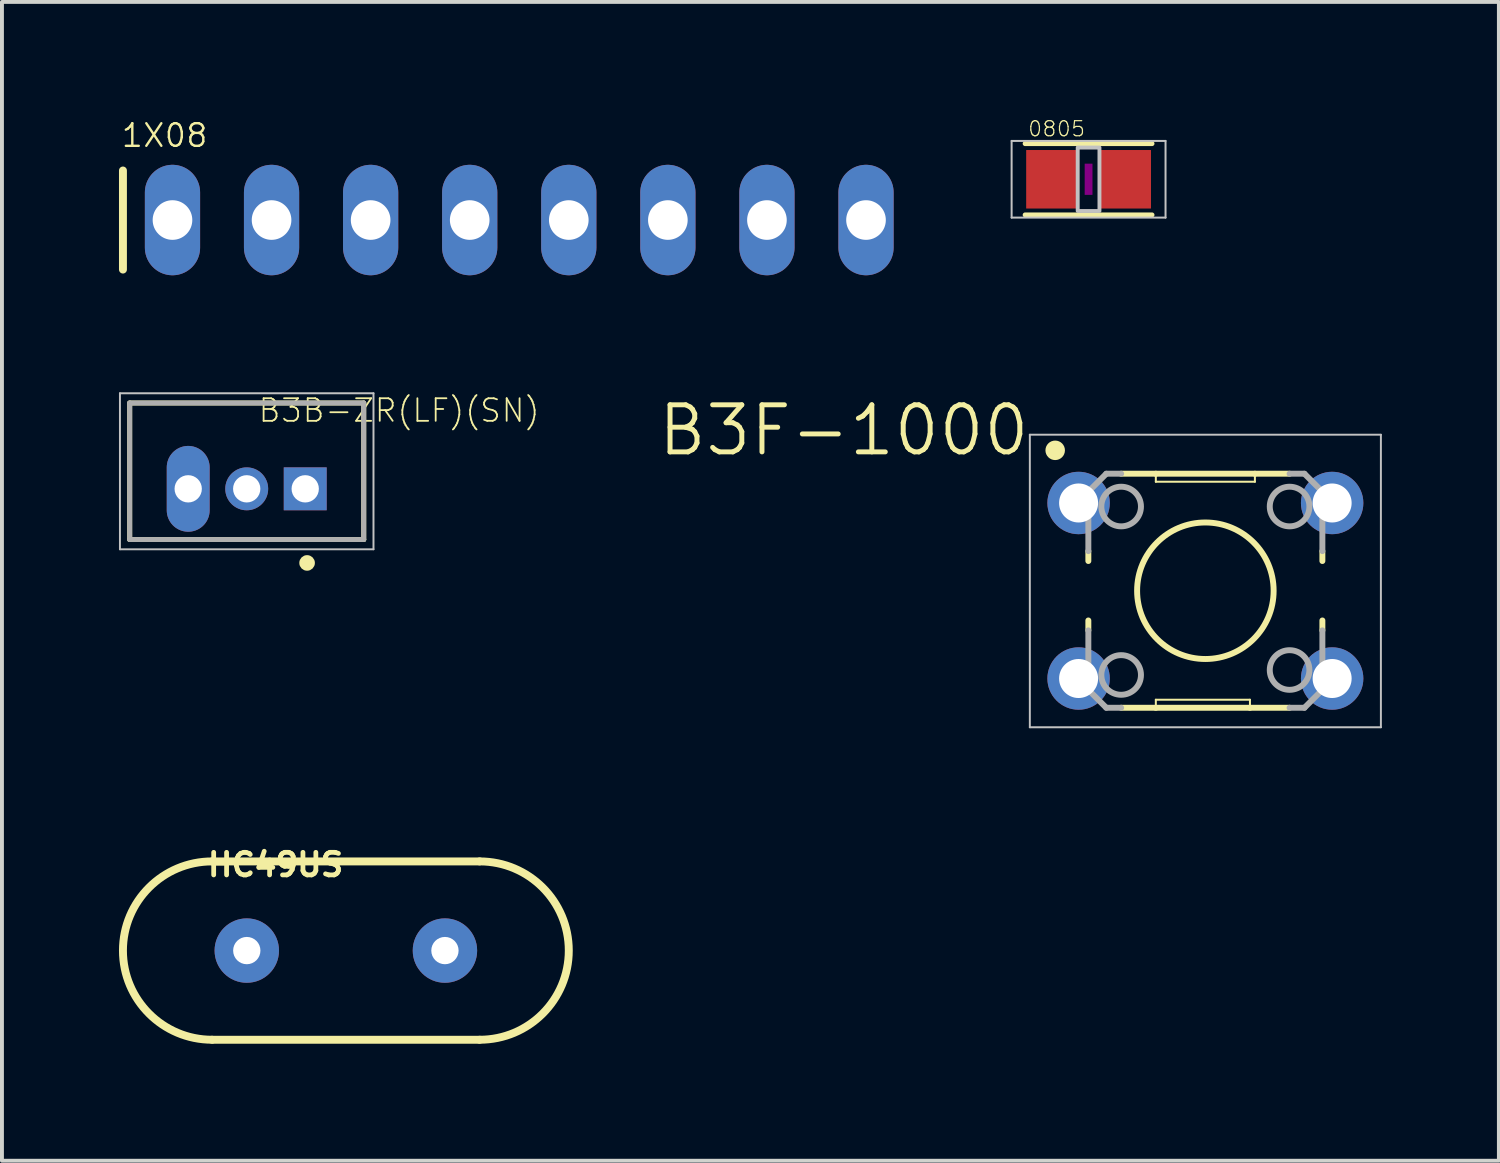
<source format=kicad_pcb>
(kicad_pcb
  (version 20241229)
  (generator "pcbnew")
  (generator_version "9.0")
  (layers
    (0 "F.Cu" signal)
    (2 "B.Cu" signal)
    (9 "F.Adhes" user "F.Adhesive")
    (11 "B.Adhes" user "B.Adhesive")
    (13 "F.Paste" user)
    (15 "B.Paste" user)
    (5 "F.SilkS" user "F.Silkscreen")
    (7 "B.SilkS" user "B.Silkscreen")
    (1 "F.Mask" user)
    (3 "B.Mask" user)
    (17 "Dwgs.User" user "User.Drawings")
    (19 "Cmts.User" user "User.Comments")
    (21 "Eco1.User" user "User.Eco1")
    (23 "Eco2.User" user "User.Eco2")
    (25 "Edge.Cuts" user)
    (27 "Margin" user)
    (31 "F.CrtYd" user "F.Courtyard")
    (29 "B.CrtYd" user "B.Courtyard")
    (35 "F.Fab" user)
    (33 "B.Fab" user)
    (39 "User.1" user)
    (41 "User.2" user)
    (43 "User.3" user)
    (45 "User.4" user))
  (footprint "0805"
    (layer "F.Cu")
    (at 24.858 1.546)
    (property "Reference" "0805" (at -1.575 -1.067 180) (layer "F.SilkS") (effects (font (size 0.386 0.386) (thickness 0.031)) (justify left bottom)))
    (attr through_hole)
    (fp_line (start -1.626 -0.914) (end 1.626 -0.914) (stroke (width 0.127) (type solid)) (layer "F.SilkS"))
    (fp_line (start -1.626 0.914) (end 1.626 0.914) (stroke (width 0.127) (type solid)) (layer "F.SilkS"))
    (fp_poly (pts (xy -0.1 0.4) (xy 0.1 0.4) (xy 0.1 -0.4) (xy -0.1 -0.4)) (stroke (width 0) (type solid)) (fill yes) (layer "F.Adhes"))
    (fp_line (start -1.973 -0.983) (end 1.973 -0.983) (stroke (width 0.051) (type solid)) (layer "Dwgs.User"))
    (fp_line (start -1.973 0.983) (end -1.973 -0.983) (stroke (width 0.051) (type solid)) (layer "Dwgs.User"))
    (fp_line (start 1.973 -0.983) (end 1.973 0.983) (stroke (width 0.051) (type solid)) (layer "Dwgs.User"))
    (fp_line (start 1.973 0.983) (end -1.973 0.983) (stroke (width 0.051) (type solid)) (layer "Dwgs.User"))
    (fp_poly (pts (xy -0.279 0.813) (xy 0.279 0.813) (xy 0.279 -0.813) (xy -0.279 -0.813)) (stroke (width 0.1) (type solid)) (fill no) (layer "Dwgs.User"))
    (pad "1" smd rect (at -0.95 0) (size 1.3 1.5) (layers "F.Cu" "F.Mask" "F.Paste"))
    (pad "2" smd rect (at 0.95 0) (size 1.3 1.5) (layers "F.Cu" "F.Mask" "F.Paste")))
  (footprint "B3F-1000"
    (layer "F.Cu")
    (at 27.852 12.095)
    (property "Reference" "B3F-1000" (at -4.444 -4.818 0) (layer "F.SilkS") (effects (font (size 1.207 1.207) (thickness 0.127)) (justify right top)))
    (attr through_hole)
    (fp_line (start -3 -0.762) (end -3 -1.016) (stroke (width 0.152) (type solid)) (layer "F.SilkS"))
    (fp_line (start -3 0.762) (end -3 1.016) (stroke (width 0.152) (type solid)) (layer "F.SilkS"))
    (fp_line (start -2.159 3) (end -1.27 3) (stroke (width 0.152) (type solid)) (layer "F.SilkS"))
    (fp_line (start -1.27 -3) (end -2.159 -3) (stroke (width 0.152) (type solid)) (layer "F.SilkS"))
    (fp_line (start -1.27 -3) (end -1.27 -2.794) (stroke (width 0.051) (type solid)) (layer "F.SilkS"))
    (fp_line (start -1.27 2.794) (end -1.27 3) (stroke (width 0.051) (type solid)) (layer "F.SilkS"))
    (fp_line (start -1.27 3) (end 1.143 3) (stroke (width 0.152) (type solid)) (layer "F.SilkS"))
    (fp_line (start 1.143 2.794) (end -1.27 2.794) (stroke (width 0.051) (type solid)) (layer "F.SilkS"))
    (fp_line (start 1.143 2.794) (end 1.143 3) (stroke (width 0.051) (type solid)) (layer "F.SilkS"))
    (fp_line (start 1.143 3) (end 2.159 3) (stroke (width 0.152) (type solid)) (layer "F.SilkS"))
    (fp_line (start 1.27 -3) (end -1.27 -3) (stroke (width 0.152) (type solid)) (layer "F.SilkS"))
    (fp_line (start 1.27 -2.794) (end -1.27 -2.794) (stroke (width 0.051) (type solid)) (layer "F.SilkS"))
    (fp_line (start 1.27 -2.794) (end 1.27 -3) (stroke (width 0.051) (type solid)) (layer "F.SilkS"))
    (fp_line (start 2.159 -3) (end 1.27 -3) (stroke (width 0.152) (type solid)) (layer "F.SilkS"))
    (fp_line (start 3 -0.762) (end 3 -1.016) (stroke (width 0.152) (type solid)) (layer "F.SilkS"))
    (fp_line (start 3 0.762) (end 3 1.016) (stroke (width 0.152) (type solid)) (layer "F.SilkS"))
    (fp_circle (center -3.85 -3.6) (end -3.725 -3.6) (stroke (width 0.25) (type solid)) (fill no) (layer "F.SilkS"))
    (fp_circle (center 0 0) (end 1.75 0) (stroke (width 0.152) (type solid)) (fill no) (layer "F.SilkS"))
    (fp_line (start -4.5 -4) (end 4.5 -4) (stroke (width 0.05) (type solid)) (layer "Dwgs.User"))
    (fp_line (start -4.5 3.5) (end -4.5 -4) (stroke (width 0.05) (type solid)) (layer "Dwgs.User"))
    (fp_line (start 4.5 -4) (end 4.5 3.5) (stroke (width 0.05) (type solid)) (layer "Dwgs.User"))
    (fp_line (start 4.5 3.5) (end -4.5 3.5) (stroke (width 0.05) (type solid)) (layer "Dwgs.User"))
    (fp_line (start -3 -2.54) (end -3 -1.016) (stroke (width 0.152) (type solid)) (layer "F.Fab"))
    (fp_line (start -3 2.54) (end -3 1.016) (stroke (width 0.152) (type solid)) (layer "F.Fab"))
    (fp_line (start -2.54 -3) (end -3 -2.54) (stroke (width 0.152) (type solid)) (layer "F.Fab"))
    (fp_line (start -2.54 -3) (end -2.159 -3) (stroke (width 0.152) (type solid)) (layer "F.Fab"))
    (fp_line (start -2.54 3) (end -3 2.54) (stroke (width 0.152) (type solid)) (layer "F.Fab"))
    (fp_line (start -2.54 3) (end -2.159 3) (stroke (width 0.152) (type solid)) (layer "F.Fab"))
    (fp_line (start 2.54 -3) (end 2.159 -3) (stroke (width 0.152) (type solid)) (layer "F.Fab"))
    (fp_line (start 2.54 3) (end 2.159 3) (stroke (width 0.152) (type solid)) (layer "F.Fab"))
    (fp_line (start 2.54 3) (end 3 2.54) (stroke (width 0.152) (type solid)) (layer "F.Fab"))
    (fp_line (start 3 -2.54) (end 2.54 -3) (stroke (width 0.152) (type solid)) (layer "F.Fab"))
    (fp_line (start 3 -1.016) (end 3 -2.54) (stroke (width 0.152) (type solid)) (layer "F.Fab"))
    (fp_line (start 3 2.54) (end 3 1.016) (stroke (width 0.152) (type solid)) (layer "F.Fab"))
    (fp_circle (center -2.159 -2.159) (end -1.651 -2.159) (stroke (width 0.152) (type solid)) (fill no) (layer "F.Fab"))
    (fp_circle (center -2.159 2.159) (end -1.651 2.159) (stroke (width 0.152) (type solid)) (fill no) (layer "F.Fab"))
    (fp_circle (center 2.159 -2.159) (end 2.667 -2.159) (stroke (width 0.152) (type solid)) (fill no) (layer "F.Fab"))
    (fp_circle (center 2.159 2.032) (end 2.667 2.032) (stroke (width 0.152) (type solid)) (fill no) (layer "F.Fab"))
    (pad "1" thru_hole circle (at -3.25 -2.25) (size 1.6 1.6) (drill 1) (layers "*.Cu" "*.Mask"))
    (pad "2" thru_hole circle (at 3.25 -2.25) (size 1.6 1.6) (drill 1) (layers "*.Cu" "*.Mask"))
    (pad "3" thru_hole circle (at -3.25 2.25) (size 1.6 1.6) (drill 1) (layers "*.Cu" "*.Mask"))
    (pad "4" thru_hole circle (at 3.25 2.25) (size 1.6 1.6) (drill 1) (layers "*.Cu" "*.Mask")))
  (footprint "B3B-ZR(LF)(SN)"
    (layer "F.Cu")
    (at 3.275 9.482)
    (property "Reference" "B3B-ZR(LF)(SN)" (at 0.265 -1.67 0) (layer "F.SilkS") (effects (font (size 0.579 0.579) (thickness 0.046)) (justify left bottom)))
    (attr through_hole)
    (fp_line (start -3 -2.2) (end 3 -2.2) (stroke (width 0.127) (type solid)) (layer "F.SilkS"))
    (fp_line (start -3 1.3) (end -3 -2.2) (stroke (width 0.127) (type solid)) (layer "F.SilkS"))
    (fp_line (start 3 -2.2) (end 3 1.3) (stroke (width 0.127) (type solid)) (layer "F.SilkS"))
    (fp_line (start 3 1.3) (end -3 1.3) (stroke (width 0.127) (type solid)) (layer "F.SilkS"))
    (fp_circle (center 1.548 1.9) (end 1.648 1.9) (stroke (width 0.2) (type solid)) (fill no) (layer "F.SilkS"))
    (fp_line (start -3.25 -2.45) (end 3.25 -2.45) (stroke (width 0.05) (type solid)) (layer "Dwgs.User"))
    (fp_line (start -3.25 1.55) (end -3.25 -2.45) (stroke (width 0.05) (type solid)) (layer "Dwgs.User"))
    (fp_line (start 3.25 -2.45) (end 3.25 1.55) (stroke (width 0.05) (type solid)) (layer "Dwgs.User"))
    (fp_line (start 3.25 1.55) (end -3.25 1.55) (stroke (width 0.05) (type solid)) (layer "Dwgs.User"))
    (fp_line (start -3 -2.2) (end 3 -2.2) (stroke (width 0.127) (type solid)) (layer "F.Fab"))
    (fp_line (start -3 1.3) (end -3 -2.2) (stroke (width 0.127) (type solid)) (layer "F.Fab"))
    (fp_line (start 3 -2.2) (end 3 1.3) (stroke (width 0.127) (type solid)) (layer "F.Fab"))
    (fp_line (start 3 1.3) (end -3 1.3) (stroke (width 0.127) (type solid)) (layer "F.Fab"))
    (pad "1" thru_hole rect (at 1.5 0 90) (size 1.1 1.1) (drill 0.7) (layers "*.Cu" "*.Mask"))
    (pad "2" thru_hole circle (at 0 0) (size 1.1 1.1) (drill 0.7) (layers "*.Cu" "*.Mask"))
    (pad "3" thru_hole oval (at -1.5 0 90) (size 2.2 1.1) (drill 0.7) (layers "*.Cu" "*.Mask")))
  (footprint "HC49US"
    (layer "F.Cu")
    (at 5.817 21.32)
    (property "Reference" "HC49US" (at 0 -2.54 0) (layer "F.SilkS") (effects (font (size 0.579 0.579) (thickness 0.122)) (justify right top)))
    (attr through_hole)
    (fp_line (start -3.429 2.286) (end 3.429 2.286) (stroke (width 0.203) (type solid)) (layer "F.SilkS"))
    (fp_line (start 3.429 -2.286) (end -3.429 -2.286) (stroke (width 0.203) (type solid)) (layer "F.SilkS"))
    (fp_arc (start -3.429 2.286) (mid -5.715 0) (end -3.429 -2.286) (stroke (width 0.2032) (type solid)) (layer "F.SilkS"))
    (fp_arc (start 3.429 -2.286) (mid 5.715 0) (end 3.429 2.286) (stroke (width 0.2032) (type solid)) (layer "F.SilkS"))
    (pad "1" thru_hole circle (at -2.54 0 90) (size 1.651 1.651) (drill 0.7) (layers "*.Cu" "*.Mask"))
    (pad "2" thru_hole circle (at 2.54 0 90) (size 1.651 1.651) (drill 0.7) (layers "*.Cu" "*.Mask")))
  (footprint "1X08"
    (layer "F.Cu")
    (at 10.262 2.591)
    (property "Reference" "1X08" (at -10.236 -1.829 0) (layer "F.SilkS") (effects (font (size 0.579 0.579) (thickness 0.061)) (justify left bottom)))
    (attr through_hole)
    (fp_line (start -10.16 -1.27) (end -10.16 1.27) (stroke (width 0.203) (type solid)) (layer "F.SilkS"))
    (fp_poly (pts (xy -9.144 0.254) (xy -8.636 0.254) (xy -8.636 -0.254) (xy -9.144 -0.254)) (stroke (width 0.1) (type solid)) (fill no) (layer "F.Fab"))
    (fp_poly (pts (xy -6.604 0.254) (xy -6.096 0.254) (xy -6.096 -0.254) (xy -6.604 -0.254)) (stroke (width 0.1) (type solid)) (fill no) (layer "F.Fab"))
    (fp_poly (pts (xy -4.064 0.254) (xy -3.556 0.254) (xy -3.556 -0.254) (xy -4.064 -0.254)) (stroke (width 0.1) (type solid)) (fill no) (layer "F.Fab"))
    (fp_poly (pts (xy -1.524 0.254) (xy -1.016 0.254) (xy -1.016 -0.254) (xy -1.524 -0.254)) (stroke (width 0.1) (type solid)) (fill no) (layer "F.Fab"))
    (fp_poly (pts (xy 1.016 0.254) (xy 1.524 0.254) (xy 1.524 -0.254) (xy 1.016 -0.254)) (stroke (width 0.1) (type solid)) (fill no) (layer "F.Fab"))
    (fp_poly (pts (xy 3.556 0.254) (xy 4.064 0.254) (xy 4.064 -0.254) (xy 3.556 -0.254)) (stroke (width 0.1) (type solid)) (fill no) (layer "F.Fab"))
    (fp_poly (pts (xy 6.096 0.254) (xy 6.604 0.254) (xy 6.604 -0.254) (xy 6.096 -0.254)) (stroke (width 0.1) (type solid)) (fill no) (layer "F.Fab"))
    (fp_poly (pts (xy 8.636 0.254) (xy 9.144 0.254) (xy 9.144 -0.254) (xy 8.636 -0.254)) (stroke (width 0.1) (type solid)) (fill no) (layer "F.Fab"))
    (pad "1" thru_hole oval (at -8.89 0 90) (size 2.832 1.416) (drill 1.016) (layers "*.Cu" "*.Mask"))
    (pad "2" thru_hole oval (at -6.35 0 90) (size 2.832 1.416) (drill 1.016) (layers "*.Cu" "*.Mask"))
    (pad "3" thru_hole oval (at -3.81 0 90) (size 2.832 1.416) (drill 1.016) (layers "*.Cu" "*.Mask"))
    (pad "4" thru_hole oval (at -1.27 0 90) (size 2.832 1.416) (drill 1.016) (layers "*.Cu" "*.Mask"))
    (pad "5" thru_hole oval (at 1.27 0 90) (size 2.832 1.416) (drill 1.016) (layers "*.Cu" "*.Mask"))
    (pad "6" thru_hole oval (at 3.81 0 90) (size 2.832 1.416) (drill 1.016) (layers "*.Cu" "*.Mask"))
    (pad "7" thru_hole oval (at 6.35 0 90) (size 2.832 1.416) (drill 1.016) (layers "*.Cu" "*.Mask"))
    (pad "8" thru_hole oval (at 8.89 0 90) (size 2.832 1.416) (drill 1.016) (layers "*.Cu" "*.Mask")))
  (gr_rect
    (start -3 -3)
    (end 35.377 26.708)
    (stroke (width 0.1) (type default))
    (fill no)
    (layer "Edge.Cuts")))
</source>
